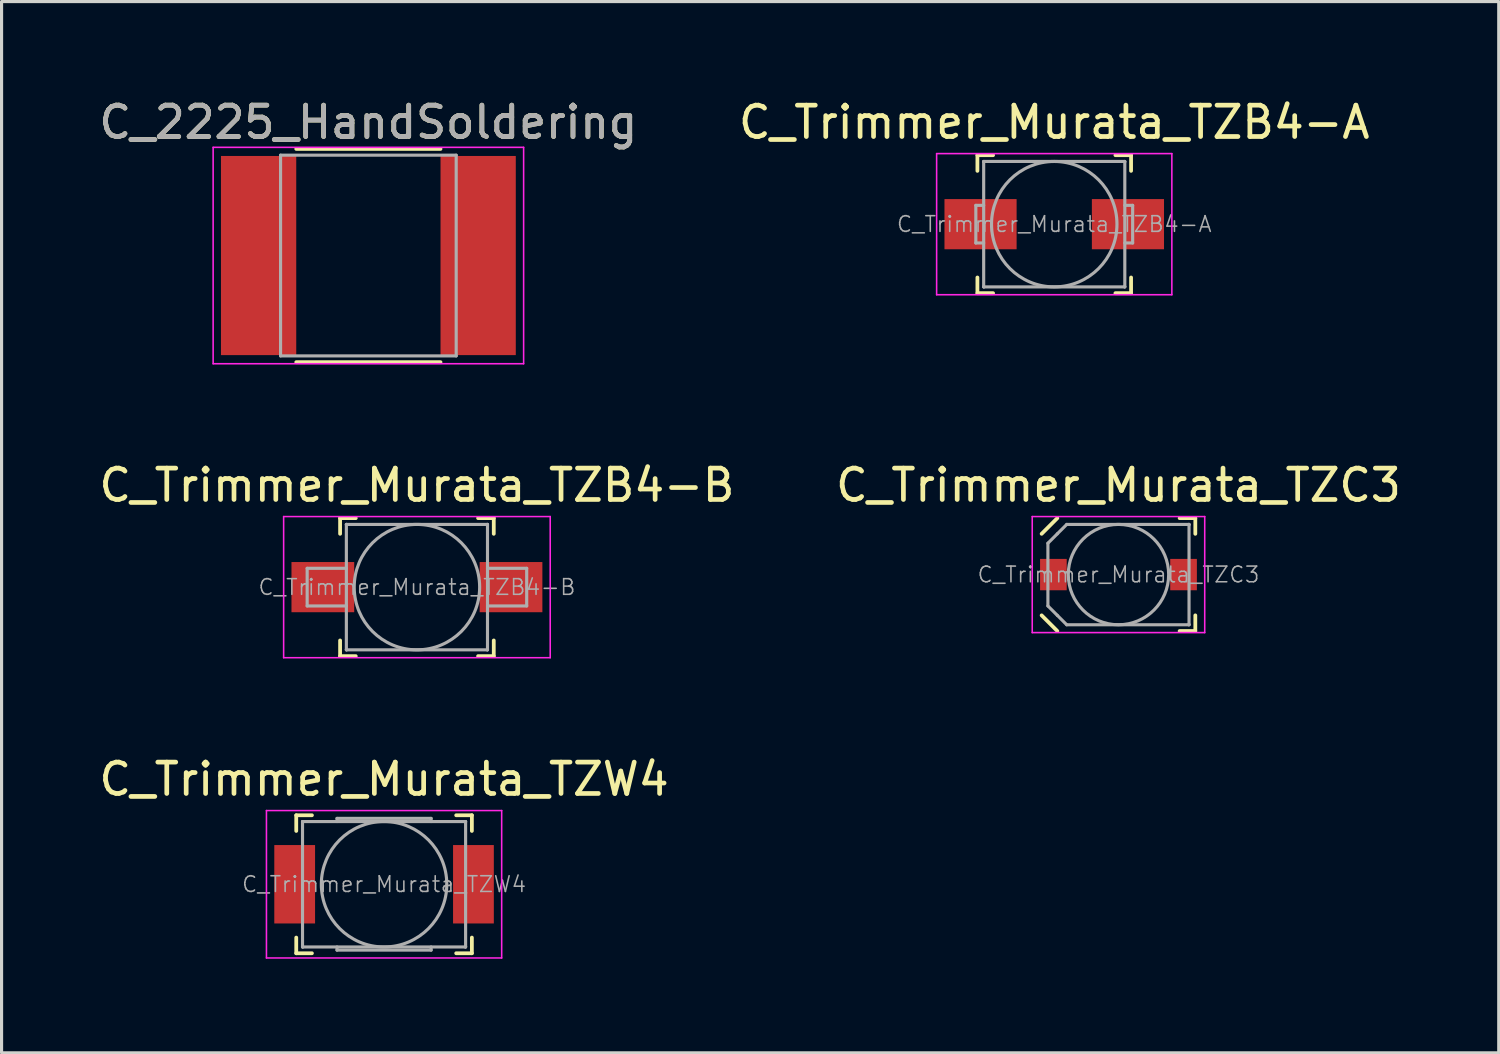
<source format=kicad_pcb>
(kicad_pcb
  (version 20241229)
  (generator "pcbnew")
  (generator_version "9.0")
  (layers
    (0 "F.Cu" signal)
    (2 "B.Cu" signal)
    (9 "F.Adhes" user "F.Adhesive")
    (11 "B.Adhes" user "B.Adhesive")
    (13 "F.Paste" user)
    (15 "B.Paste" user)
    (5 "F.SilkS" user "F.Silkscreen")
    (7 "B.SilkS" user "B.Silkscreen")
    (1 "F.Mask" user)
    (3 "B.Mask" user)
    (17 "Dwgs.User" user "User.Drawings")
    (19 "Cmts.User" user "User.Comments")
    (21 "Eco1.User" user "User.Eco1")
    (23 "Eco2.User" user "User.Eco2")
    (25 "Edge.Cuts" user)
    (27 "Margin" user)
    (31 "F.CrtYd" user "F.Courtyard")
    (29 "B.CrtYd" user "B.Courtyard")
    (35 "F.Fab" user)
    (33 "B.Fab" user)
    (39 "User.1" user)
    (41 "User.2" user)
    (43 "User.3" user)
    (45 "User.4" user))
  (footprint "C_Trimmer_Murata_TZB4-B"
    (layer "F.Cu")
    (at 10.244 15.671)
    (property "Reference" "C_Trimmer_Murata_TZB4-B" (at 0 -3.25 0) (layer "F.SilkS") (effects (font (size 1 1) (thickness 0.15))))
    (attr smd)
    (fp_line (start -2.45 -2.2) (end -2.45 -1.7) (stroke (width 0.12) (type solid)) (layer "F.SilkS"))
    (fp_line (start -2.45 -2.2) (end -1.95 -2.2) (stroke (width 0.12) (type solid)) (layer "F.SilkS"))
    (fp_line (start -2.45 2.2) (end -2.45 1.7) (stroke (width 0.12) (type solid)) (layer "F.SilkS"))
    (fp_line (start -2.45 2.2) (end -1.95 2.2) (stroke (width 0.12) (type solid)) (layer "F.SilkS"))
    (fp_line (start 2.45 -2.2) (end 1.95 -2.2) (stroke (width 0.12) (type solid)) (layer "F.SilkS"))
    (fp_line (start 2.45 -2.2) (end 2.45 -1.7) (stroke (width 0.12) (type solid)) (layer "F.SilkS"))
    (fp_line (start 2.45 2.2) (end 1.95 2.2) (stroke (width 0.12) (type solid)) (layer "F.SilkS"))
    (fp_line (start 2.45 2.2) (end 2.45 1.7) (stroke (width 0.12) (type solid)) (layer "F.SilkS"))
    (fp_line (start -4.25 -2.25) (end -4.25 2.25) (stroke (width 0.05) (type solid)) (layer "F.CrtYd"))
    (fp_line (start -4.25 2.25) (end 4.25 2.25) (stroke (width 0.05) (type solid)) (layer "F.CrtYd"))
    (fp_line (start 4.25 -2.25) (end -4.25 -2.25) (stroke (width 0.05) (type solid)) (layer "F.CrtYd"))
    (fp_line (start 4.25 2.25) (end 4.25 -2.25) (stroke (width 0.05) (type solid)) (layer "F.CrtYd"))
    (fp_line (start -3.5 -0.6) (end -3.5 0.6) (stroke (width 0.1) (type solid)) (layer "F.Fab"))
    (fp_line (start -3.5 0.6) (end -2.25 0.6) (stroke (width 0.1) (type solid)) (layer "F.Fab"))
    (fp_line (start -2.25 -2) (end -2.24 -2) (stroke (width 0.1) (type solid)) (layer "F.Fab"))
    (fp_line (start -2.25 -1.99) (end -2.25 -2) (stroke (width 0.1) (type solid)) (layer "F.Fab"))
    (fp_line (start -2.25 -0.6) (end -3.5 -0.6) (stroke (width 0.1) (type solid)) (layer "F.Fab"))
    (fp_line (start -2.25 1.99) (end -2.25 -1.99) (stroke (width 0.1) (type solid)) (layer "F.Fab"))
    (fp_line (start -2.25 2) (end -2.25 1.99) (stroke (width 0.1) (type solid)) (layer "F.Fab"))
    (fp_line (start -2.24 -2) (end 2.24 -2) (stroke (width 0.1) (type solid)) (layer "F.Fab"))
    (fp_line (start -2.24 2) (end -2.25 2) (stroke (width 0.1) (type solid)) (layer "F.Fab"))
    (fp_line (start 2.24 -2) (end 2.25 -2) (stroke (width 0.1) (type solid)) (layer "F.Fab"))
    (fp_line (start 2.24 2) (end -2.24 2) (stroke (width 0.1) (type solid)) (layer "F.Fab"))
    (fp_line (start 2.25 -2) (end 2.25 -1.99) (stroke (width 0.1) (type solid)) (layer "F.Fab"))
    (fp_line (start 2.25 -1.99) (end 2.25 1.99) (stroke (width 0.1) (type solid)) (layer "F.Fab"))
    (fp_line (start 2.25 -0.6) (end 3.5 -0.6) (stroke (width 0.1) (type solid)) (layer "F.Fab"))
    (fp_line (start 2.25 1.99) (end 2.25 2) (stroke (width 0.1) (type solid)) (layer "F.Fab"))
    (fp_line (start 2.25 2) (end 2.24 2) (stroke (width 0.1) (type solid)) (layer "F.Fab"))
    (fp_line (start 3.5 -0.6) (end 3.5 0.6) (stroke (width 0.1) (type solid)) (layer "F.Fab"))
    (fp_line (start 3.5 0.6) (end 2.25 0.6) (stroke (width 0.1) (type solid)) (layer "F.Fab"))
    (fp_circle (center 0 0) (end 2 0) (stroke (width 0.1) (type solid)) (fill no) (layer "F.Fab"))
    (fp_text user "${REFERENCE}" (at 0 0 0) (layer "F.Fab") (effects (font (size 0.5 0.5) (thickness 0.05))))
    (pad "1" smd rect (at -3 0) (size 2 1.6) (layers "F.Cu" "F.Mask" "F.Paste"))
    (pad "2" smd rect (at 3 0) (size 2 1.6) (layers "F.Cu" "F.Mask" "F.Paste")))
  (footprint "C_2225_HandSoldering"
    (layer "F.Cu")
    (at 8.696 5.098)
    (property "Reference" "C_2225_HandSoldering" (at 0 -4.25 0) (layer "F.SilkS") (effects (font (size 1 1) (thickness 0.15))))
    (attr smd)
    (fp_line (start -2.3 3.4) (end 2.3 3.4) (stroke (width 0.12) (type solid)) (layer "F.SilkS"))
    (fp_line (start 2.3 -3.4) (end -2.3 -3.4) (stroke (width 0.12) (type solid)) (layer "F.SilkS"))
    (fp_line (start -4.95 -3.45) (end -4.95 3.45) (stroke (width 0.05) (type solid)) (layer "F.CrtYd"))
    (fp_line (start -4.95 -3.45) (end 4.95 -3.45) (stroke (width 0.05) (type solid)) (layer "F.CrtYd"))
    (fp_line (start 4.95 3.45) (end -4.95 3.45) (stroke (width 0.05) (type solid)) (layer "F.CrtYd"))
    (fp_line (start 4.95 3.45) (end 4.95 -3.45) (stroke (width 0.05) (type solid)) (layer "F.CrtYd"))
    (fp_line (start -2.8 -3.2) (end 2.8 -3.2) (stroke (width 0.1) (type solid)) (layer "F.Fab"))
    (fp_line (start -2.8 3.2) (end -2.8 -3.2) (stroke (width 0.1) (type solid)) (layer "F.Fab"))
    (fp_line (start 2.8 -3.2) (end 2.8 3.2) (stroke (width 0.1) (type solid)) (layer "F.Fab"))
    (fp_line (start 2.8 3.2) (end -2.8 3.2) (stroke (width 0.1) (type solid)) (layer "F.Fab"))
    (fp_text user "${REFERENCE}" (at 0 -4.25 0) (layer "F.Fab") (effects (font (size 1 1) (thickness 0.15))))
    (pad "1" smd rect (at -3.5 0) (size 2.4 6.35) (layers "F.Cu" "F.Mask" "F.Paste"))
    (pad "2" smd rect (at 3.5 0) (size 2.4 6.35) (layers "F.Cu" "F.Mask" "F.Paste")))
  (footprint "C_Trimmer_Murata_TZC3"
    (layer "F.Cu")
    (at 32.613 15.271)
    (property "Reference" "C_Trimmer_Murata_TZC3" (at 0 -2.85 0) (layer "F.SilkS") (effects (font (size 1 1) (thickness 0.15))))
    (attr smd)
    (fp_line (start -2.45 -1.3) (end -1.95 -1.8) (stroke (width 0.12) (type solid)) (layer "F.SilkS"))
    (fp_line (start -2.45 1.3) (end -1.95 1.8) (stroke (width 0.12) (type solid)) (layer "F.SilkS"))
    (fp_line (start 2.45 -1.8) (end 1.95 -1.8) (stroke (width 0.12) (type solid)) (layer "F.SilkS"))
    (fp_line (start 2.45 -1.8) (end 2.45 -1.3) (stroke (width 0.12) (type solid)) (layer "F.SilkS"))
    (fp_line (start 2.45 1.8) (end 1.95 1.8) (stroke (width 0.12) (type solid)) (layer "F.SilkS"))
    (fp_line (start 2.45 1.8) (end 2.45 1.3) (stroke (width 0.12) (type solid)) (layer "F.SilkS"))
    (fp_line (start -2.75 -1.85) (end -2.75 1.85) (stroke (width 0.05) (type solid)) (layer "F.CrtYd"))
    (fp_line (start -2.75 1.85) (end 2.75 1.85) (stroke (width 0.05) (type solid)) (layer "F.CrtYd"))
    (fp_line (start 2.75 -1.85) (end -2.75 -1.85) (stroke (width 0.05) (type solid)) (layer "F.CrtYd"))
    (fp_line (start 2.75 1.85) (end 2.75 -1.85) (stroke (width 0.05) (type solid)) (layer "F.CrtYd"))
    (fp_line (start -2.25 -1) (end -1.95 -1.3) (stroke (width 0.1) (type solid)) (layer "F.Fab"))
    (fp_line (start -2.25 1) (end -2.25 -1) (stroke (width 0.1) (type solid)) (layer "F.Fab"))
    (fp_line (start -1.95 -1.3) (end -1.65 -1.6) (stroke (width 0.1) (type solid)) (layer "F.Fab"))
    (fp_line (start -1.95 1.3) (end -2.25 1) (stroke (width 0.1) (type solid)) (layer "F.Fab"))
    (fp_line (start -1.65 -1.6) (end 2.24 -1.6) (stroke (width 0.1) (type solid)) (layer "F.Fab"))
    (fp_line (start -1.65 1.6) (end -1.95 1.3) (stroke (width 0.1) (type solid)) (layer "F.Fab"))
    (fp_line (start 2.24 -1.6) (end 2.25 -1.6) (stroke (width 0.1) (type solid)) (layer "F.Fab"))
    (fp_line (start 2.24 1.6) (end -1.65 1.6) (stroke (width 0.1) (type solid)) (layer "F.Fab"))
    (fp_line (start 2.25 -1.6) (end 2.25 -1.59) (stroke (width 0.1) (type solid)) (layer "F.Fab"))
    (fp_line (start 2.25 -1.59) (end 2.25 1.59) (stroke (width 0.1) (type solid)) (layer "F.Fab"))
    (fp_line (start 2.25 1.59) (end 2.25 1.6) (stroke (width 0.1) (type solid)) (layer "F.Fab"))
    (fp_line (start 2.25 1.6) (end 2.24 1.6) (stroke (width 0.1) (type solid)) (layer "F.Fab"))
    (fp_circle (center 0 0) (end 1.6 0) (stroke (width 0.1) (type solid)) (fill no) (layer "F.Fab"))
    (fp_text user "${REFERENCE}" (at 0 0 0) (layer "F.Fab") (effects (font (size 0.5 0.5) (thickness 0.05))))
    (pad "1" smd rect (at -2.075 0) (size 0.85 1) (layers "F.Cu" "F.Mask" "F.Paste"))
    (pad "2" smd rect (at 2.075 0) (size 0.85 1) (layers "F.Cu" "F.Mask" "F.Paste")))
  (footprint "C_Trimmer_Murata_TZB4-A"
    (layer "F.Cu")
    (at 30.565 4.098)
    (property "Reference" "C_Trimmer_Murata_TZB4-A" (at 0 -3.25 0) (layer "F.SilkS") (effects (font (size 1 1) (thickness 0.15))))
    (attr smd)
    (fp_line (start -2.45 -2.2) (end -2.45 -1.7) (stroke (width 0.12) (type solid)) (layer "F.SilkS"))
    (fp_line (start -2.45 -2.2) (end -1.95 -2.2) (stroke (width 0.12) (type solid)) (layer "F.SilkS"))
    (fp_line (start -2.45 2.2) (end -2.45 1.7) (stroke (width 0.12) (type solid)) (layer "F.SilkS"))
    (fp_line (start -2.45 2.2) (end -1.95 2.2) (stroke (width 0.12) (type solid)) (layer "F.SilkS"))
    (fp_line (start 2.45 -2.2) (end 1.95 -2.2) (stroke (width 0.12) (type solid)) (layer "F.SilkS"))
    (fp_line (start 2.45 -2.2) (end 2.45 -1.7) (stroke (width 0.12) (type solid)) (layer "F.SilkS"))
    (fp_line (start 2.45 2.2) (end 1.95 2.2) (stroke (width 0.12) (type solid)) (layer "F.SilkS"))
    (fp_line (start 2.45 2.2) (end 2.45 1.7) (stroke (width 0.12) (type solid)) (layer "F.SilkS"))
    (fp_line (start -3.75 -2.25) (end -3.75 2.25) (stroke (width 0.05) (type solid)) (layer "F.CrtYd"))
    (fp_line (start -3.75 2.25) (end 3.75 2.25) (stroke (width 0.05) (type solid)) (layer "F.CrtYd"))
    (fp_line (start 3.75 -2.25) (end -3.75 -2.25) (stroke (width 0.05) (type solid)) (layer "F.CrtYd"))
    (fp_line (start 3.75 2.25) (end 3.75 -2.25) (stroke (width 0.05) (type solid)) (layer "F.CrtYd"))
    (fp_line (start -2.5 -0.6) (end -2.5 0.6) (stroke (width 0.1) (type solid)) (layer "F.Fab"))
    (fp_line (start -2.5 0.6) (end -2.25 0.6) (stroke (width 0.1) (type solid)) (layer "F.Fab"))
    (fp_line (start -2.25 -2) (end -2.24 -2) (stroke (width 0.1) (type solid)) (layer "F.Fab"))
    (fp_line (start -2.25 -1.99) (end -2.25 -2) (stroke (width 0.1) (type solid)) (layer "F.Fab"))
    (fp_line (start -2.25 -0.6) (end -2.5 -0.6) (stroke (width 0.1) (type solid)) (layer "F.Fab"))
    (fp_line (start -2.25 1.99) (end -2.25 -1.99) (stroke (width 0.1) (type solid)) (layer "F.Fab"))
    (fp_line (start -2.25 2) (end -2.25 1.99) (stroke (width 0.1) (type solid)) (layer "F.Fab"))
    (fp_line (start -2.24 -2) (end 2.24 -2) (stroke (width 0.1) (type solid)) (layer "F.Fab"))
    (fp_line (start -2.24 2) (end -2.25 2) (stroke (width 0.1) (type solid)) (layer "F.Fab"))
    (fp_line (start 2.24 -2) (end 2.25 -2) (stroke (width 0.1) (type solid)) (layer "F.Fab"))
    (fp_line (start 2.24 2) (end -2.24 2) (stroke (width 0.1) (type solid)) (layer "F.Fab"))
    (fp_line (start 2.25 -2) (end 2.25 -1.99) (stroke (width 0.1) (type solid)) (layer "F.Fab"))
    (fp_line (start 2.25 -1.99) (end 2.25 1.99) (stroke (width 0.1) (type solid)) (layer "F.Fab"))
    (fp_line (start 2.25 -0.6) (end 2.5 -0.6) (stroke (width 0.1) (type solid)) (layer "F.Fab"))
    (fp_line (start 2.25 1.99) (end 2.25 2) (stroke (width 0.1) (type solid)) (layer "F.Fab"))
    (fp_line (start 2.25 2) (end 2.24 2) (stroke (width 0.1) (type solid)) (layer "F.Fab"))
    (fp_line (start 2.5 -0.6) (end 2.5 0.6) (stroke (width 0.1) (type solid)) (layer "F.Fab"))
    (fp_line (start 2.5 0.6) (end 2.25 0.6) (stroke (width 0.1) (type solid)) (layer "F.Fab"))
    (fp_circle (center 0 0) (end 2 0) (stroke (width 0.1) (type solid)) (fill no) (layer "F.Fab"))
    (fp_text user "${REFERENCE}" (at 0 0 0) (layer "F.Fab") (effects (font (size 0.5 0.5) (thickness 0.05))))
    (pad "1" smd rect (at -2.35 0) (size 2.3 1.6) (layers "F.Cu" "F.Mask" "F.Paste"))
    (pad "2" smd rect (at 2.35 0) (size 2.3 1.6) (layers "F.Cu" "F.Mask" "F.Paste")))
  (footprint "C_Trimmer_Murata_TZW4"
    (layer "F.Cu")
    (at 9.196 25.145)
    (property "Reference" "C_Trimmer_Murata_TZW4" (at 0 -3.35 0) (layer "F.SilkS") (effects (font (size 1 1) (thickness 0.15))))
    (attr smd)
    (fp_line (start -2.8 -2.2) (end -2.8 -1.7) (stroke (width 0.12) (type solid)) (layer "F.SilkS"))
    (fp_line (start -2.8 -2.2) (end -2.3 -2.2) (stroke (width 0.12) (type solid)) (layer "F.SilkS"))
    (fp_line (start -2.8 2.2) (end -2.8 1.7) (stroke (width 0.12) (type solid)) (layer "F.SilkS"))
    (fp_line (start -2.8 2.2) (end -2.3 2.2) (stroke (width 0.12) (type solid)) (layer "F.SilkS"))
    (fp_line (start 2.8 -2.2) (end 2.3 -2.2) (stroke (width 0.12) (type solid)) (layer "F.SilkS"))
    (fp_line (start 2.8 -2.2) (end 2.8 -1.7) (stroke (width 0.12) (type solid)) (layer "F.SilkS"))
    (fp_line (start 2.8 2.2) (end 2.3 2.2) (stroke (width 0.12) (type solid)) (layer "F.SilkS"))
    (fp_line (start 2.8 2.2) (end 2.8 1.7) (stroke (width 0.12) (type solid)) (layer "F.SilkS"))
    (fp_line (start -3.75 -2.35) (end -3.75 2.35) (stroke (width 0.05) (type solid)) (layer "F.CrtYd"))
    (fp_line (start -3.75 2.35) (end 3.75 2.35) (stroke (width 0.05) (type solid)) (layer "F.CrtYd"))
    (fp_line (start 3.75 -2.35) (end -3.75 -2.35) (stroke (width 0.05) (type solid)) (layer "F.CrtYd"))
    (fp_line (start 3.75 2.35) (end 3.75 -2.35) (stroke (width 0.05) (type solid)) (layer "F.CrtYd"))
    (fp_line (start -2.6 -2) (end -2.59 -2) (stroke (width 0.1) (type solid)) (layer "F.Fab"))
    (fp_line (start -2.6 -1.99) (end -2.6 -2) (stroke (width 0.1) (type solid)) (layer "F.Fab"))
    (fp_line (start -2.6 1.99) (end -2.6 -1.99) (stroke (width 0.1) (type solid)) (layer "F.Fab"))
    (fp_line (start -2.6 2) (end -2.6 1.99) (stroke (width 0.1) (type solid)) (layer "F.Fab"))
    (fp_line (start -2.59 -2) (end 2.59 -2) (stroke (width 0.1) (type solid)) (layer "F.Fab"))
    (fp_line (start -2.59 2) (end -2.6 2) (stroke (width 0.1) (type solid)) (layer "F.Fab"))
    (fp_line (start -1.5 -2.1) (end 1.5 -2.1) (stroke (width 0.1) (type solid)) (layer "F.Fab"))
    (fp_line (start -1.5 -2) (end -1.5 -2.1) (stroke (width 0.1) (type solid)) (layer "F.Fab"))
    (fp_line (start -1.5 2) (end -1.5 2.1) (stroke (width 0.1) (type solid)) (layer "F.Fab"))
    (fp_line (start -1.5 2.1) (end 1.5 2.1) (stroke (width 0.1) (type solid)) (layer "F.Fab"))
    (fp_line (start 1.5 -2.1) (end 1.5 -2) (stroke (width 0.1) (type solid)) (layer "F.Fab"))
    (fp_line (start 1.5 2.1) (end 1.5 2) (stroke (width 0.1) (type solid)) (layer "F.Fab"))
    (fp_line (start 2.59 -2) (end 2.6 -2) (stroke (width 0.1) (type solid)) (layer "F.Fab"))
    (fp_line (start 2.59 2) (end -2.59 2) (stroke (width 0.1) (type solid)) (layer "F.Fab"))
    (fp_line (start 2.6 -2) (end 2.6 -1.99) (stroke (width 0.1) (type solid)) (layer "F.Fab"))
    (fp_line (start 2.6 -1.99) (end 2.6 1.99) (stroke (width 0.1) (type solid)) (layer "F.Fab"))
    (fp_line (start 2.6 1.99) (end 2.6 2) (stroke (width 0.1) (type solid)) (layer "F.Fab"))
    (fp_line (start 2.6 2) (end 2.59 2) (stroke (width 0.1) (type solid)) (layer "F.Fab"))
    (fp_circle (center 0 0) (end 2 0) (stroke (width 0.1) (type solid)) (fill no) (layer "F.Fab"))
    (fp_text user "${REFERENCE}" (at 0 0 0) (layer "F.Fab") (effects (font (size 0.5 0.5) (thickness 0.05))))
    (pad "1" smd rect (at -2.85 0) (size 1.3 2.5) (layers "F.Cu" "F.Mask" "F.Paste"))
    (pad "2" smd rect (at 2.85 0) (size 1.3 2.5) (layers "F.Cu" "F.Mask" "F.Paste")))
  (gr_rect
    (start -3 -3)
    (end 44.738 30.52)
    (stroke (width 0.1) (type default))
    (fill no)
    (layer "Edge.Cuts")))
</source>
